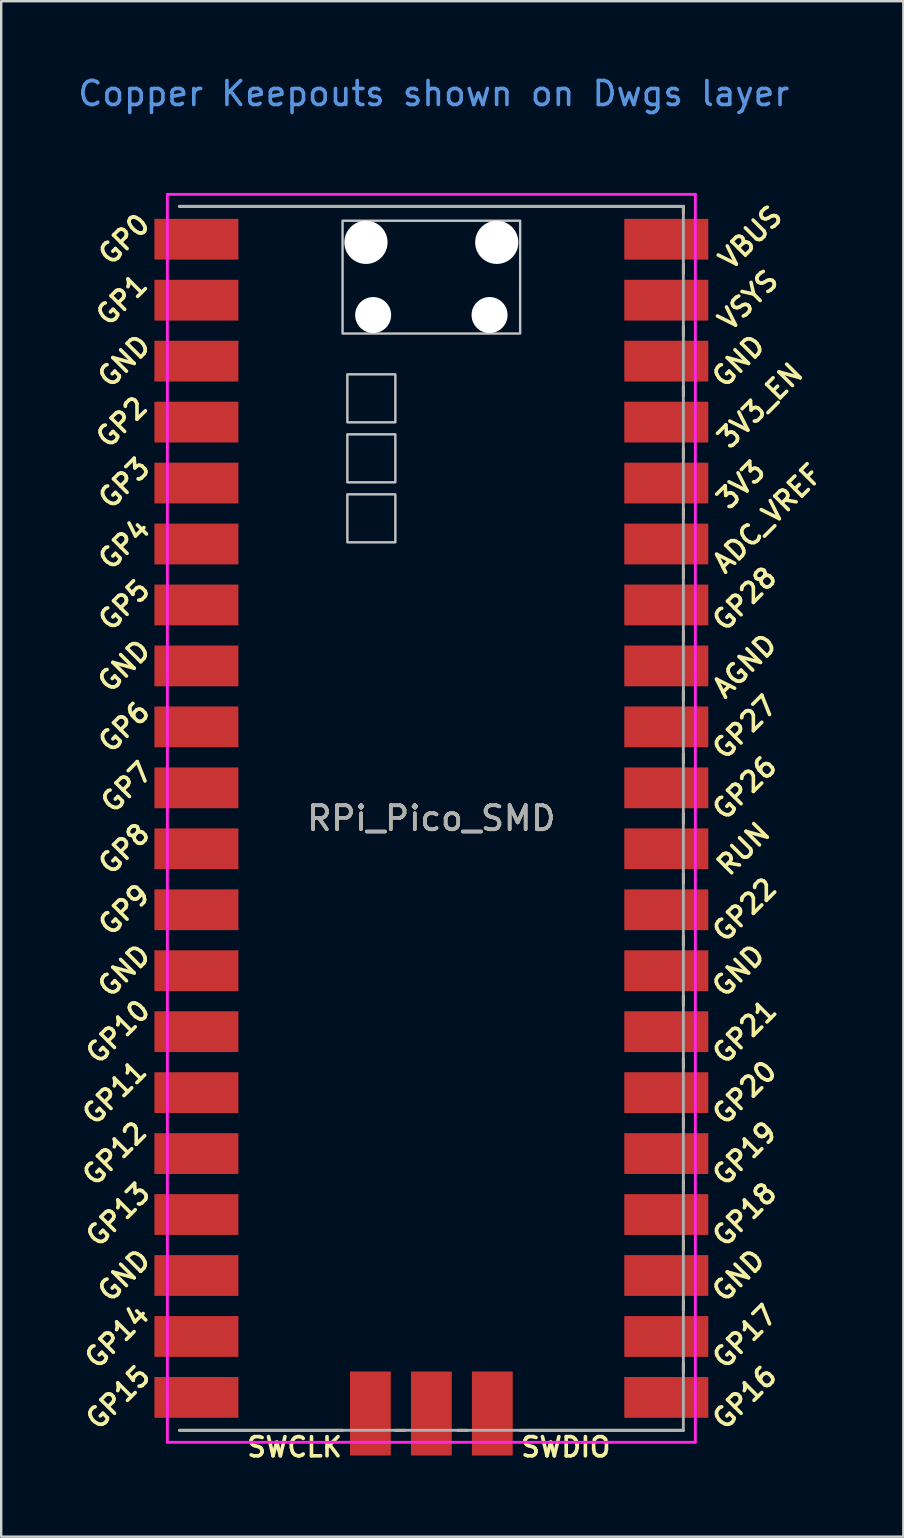
<source format=kicad_pcb>
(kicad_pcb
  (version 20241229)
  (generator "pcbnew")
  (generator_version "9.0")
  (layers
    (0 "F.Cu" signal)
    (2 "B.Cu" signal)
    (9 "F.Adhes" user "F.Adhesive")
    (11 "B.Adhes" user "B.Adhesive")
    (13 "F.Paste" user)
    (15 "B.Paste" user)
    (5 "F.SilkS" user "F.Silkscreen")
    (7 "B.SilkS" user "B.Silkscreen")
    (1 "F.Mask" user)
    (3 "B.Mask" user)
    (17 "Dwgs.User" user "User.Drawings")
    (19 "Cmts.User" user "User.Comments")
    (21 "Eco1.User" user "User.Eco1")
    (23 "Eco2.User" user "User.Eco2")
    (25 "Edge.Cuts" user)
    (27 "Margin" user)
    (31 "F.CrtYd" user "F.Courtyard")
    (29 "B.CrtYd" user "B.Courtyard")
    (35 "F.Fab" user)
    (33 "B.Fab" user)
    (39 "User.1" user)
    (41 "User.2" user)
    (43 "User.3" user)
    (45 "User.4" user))
  (footprint "RPi_Pico_SMD"
    (layer "F.Cu")
    (at 14.924 31.048)
    (property "Reference" "RPi_Pico_SMD" (at 0 0 0) (layer "F.SilkS") (effects (font (size 1 1) (thickness 0.15))))
    (attr through_hole)
    (fp_line (start -10.5 -25.5) (end 10.5 -25.5) (stroke (width 0.12) (type solid)) (layer "F.SilkS"))
    (fp_line (start -3.7 25.5) (end -10.5 25.5) (stroke (width 0.12) (type solid)) (layer "F.SilkS"))
    (fp_line (start -1.5 25.5) (end -1.1 25.5) (stroke (width 0.12) (type solid)) (layer "F.SilkS"))
    (fp_line (start 1.1 25.5) (end 1.5 25.5) (stroke (width 0.12) (type solid)) (layer "F.SilkS"))
    (fp_line (start 10.5 -25.5) (end 10.5 -25.2) (stroke (width 0.12) (type solid)) (layer "F.SilkS"))
    (fp_line (start 10.5 -23.1) (end 10.5 -22.7) (stroke (width 0.12) (type solid)) (layer "F.SilkS"))
    (fp_line (start 10.5 -20.5) (end 10.5 -20.1) (stroke (width 0.12) (type solid)) (layer "F.SilkS"))
    (fp_line (start 10.5 -18) (end 10.5 -17.6) (stroke (width 0.12) (type solid)) (layer "F.SilkS"))
    (fp_line (start 10.5 -15.4) (end 10.5 -15) (stroke (width 0.12) (type solid)) (layer "F.SilkS"))
    (fp_line (start 10.5 -12.9) (end 10.5 -12.5) (stroke (width 0.12) (type solid)) (layer "F.SilkS"))
    (fp_line (start 10.5 -10.4) (end 10.5 -10) (stroke (width 0.12) (type solid)) (layer "F.SilkS"))
    (fp_line (start 10.5 -7.8) (end 10.5 -7.4) (stroke (width 0.12) (type solid)) (layer "F.SilkS"))
    (fp_line (start 10.5 -5.3) (end 10.5 -4.9) (stroke (width 0.12) (type solid)) (layer "F.SilkS"))
    (fp_line (start 10.5 -2.7) (end 10.5 -2.3) (stroke (width 0.12) (type solid)) (layer "F.SilkS"))
    (fp_line (start 10.5 -0.2) (end 10.5 0.2) (stroke (width 0.12) (type solid)) (layer "F.SilkS"))
    (fp_line (start 10.5 2.3) (end 10.5 2.7) (stroke (width 0.12) (type solid)) (layer "F.SilkS"))
    (fp_line (start 10.5 4.9) (end 10.5 5.3) (stroke (width 0.12) (type solid)) (layer "F.SilkS"))
    (fp_line (start 10.5 7.4) (end 10.5 7.8) (stroke (width 0.12) (type solid)) (layer "F.SilkS"))
    (fp_line (start 10.5 10) (end 10.5 10.4) (stroke (width 0.12) (type solid)) (layer "F.SilkS"))
    (fp_line (start 10.5 12.5) (end 10.5 12.9) (stroke (width 0.12) (type solid)) (layer "F.SilkS"))
    (fp_line (start 10.5 15.1) (end 10.5 15.5) (stroke (width 0.12) (type solid)) (layer "F.SilkS"))
    (fp_line (start 10.5 17.6) (end 10.5 18) (stroke (width 0.12) (type solid)) (layer "F.SilkS"))
    (fp_line (start 10.5 20.1) (end 10.5 20.5) (stroke (width 0.12) (type solid)) (layer "F.SilkS"))
    (fp_line (start 10.5 22.7) (end 10.5 23.1) (stroke (width 0.12) (type solid)) (layer "F.SilkS"))
    (fp_line (start 10.5 25.5) (end 3.7 25.5) (stroke (width 0.12) (type solid)) (layer "F.SilkS"))
    (fp_poly (pts (xy -1.5 -16.5) (xy -3.5 -16.5) (xy -3.5 -18.5) (xy -1.5 -18.5)) (stroke (width 0.1) (type solid)) (fill no) (layer "Dwgs.User"))
    (fp_poly (pts (xy -1.5 -14) (xy -3.5 -14) (xy -3.5 -16) (xy -1.5 -16)) (stroke (width 0.1) (type solid)) (fill no) (layer "Dwgs.User"))
    (fp_poly (pts (xy -1.5 -11.5) (xy -3.5 -11.5) (xy -3.5 -13.5) (xy -1.5 -13.5)) (stroke (width 0.1) (type solid)) (fill no) (layer "Dwgs.User"))
    (fp_poly (pts (xy 3.7 -20.2) (xy -3.7 -20.2) (xy -3.7 -24.9) (xy 3.7 -24.9)) (stroke (width 0.1) (type solid)) (fill no) (layer "Dwgs.User"))
    (fp_line (start -11 -26) (end 11 -26) (stroke (width 0.12) (type solid)) (layer "F.CrtYd"))
    (fp_line (start -11 26) (end -11 -26) (stroke (width 0.12) (type solid)) (layer "F.CrtYd"))
    (fp_line (start 11 -26) (end 11 26) (stroke (width 0.12) (type solid)) (layer "F.CrtYd"))
    (fp_line (start 11 26) (end -11 26) (stroke (width 0.12) (type solid)) (layer "F.CrtYd"))
    (fp_line (start -10.5 -25.5) (end 10.5 -25.5) (stroke (width 0.12) (type solid)) (layer "F.Fab"))
    (fp_line (start 10.5 -25.5) (end 10.5 25.5) (stroke (width 0.12) (type solid)) (layer "F.Fab"))
    (fp_line (start 10.5 25.5) (end -10.5 25.5) (stroke (width 0.12) (type solid)) (layer "F.Fab"))
    (fp_text user "ADC_VREF" (at 14 -12.5 45) (layer "F.SilkS") (effects (font (size 0.8 0.8) (thickness 0.15))))
    (fp_text user "3V3" (at 12.9 -13.9 45) (layer "F.SilkS") (effects (font (size 0.8 0.8) (thickness 0.15))))
    (fp_text user "GP21" (at 13.054 8.9 45) (layer "F.SilkS") (effects (font (size 0.8 0.8) (thickness 0.15))))
    (fp_text user "VBUS" (at 13.3 -24.2 45) (layer "F.SilkS") (effects (font (size 0.8 0.8) (thickness 0.15))))
    (fp_text user "RUN" (at 13 1.27 45) (layer "F.SilkS") (effects (font (size 0.8 0.8) (thickness 0.15))))
    (fp_text user "GND" (at -12.8 -19.05 45) (layer "F.SilkS") (effects (font (size 0.8 0.8) (thickness 0.15))))
    (fp_text user "AGND" (at 13.054 -6.35 45) (layer "F.SilkS") (effects (font (size 0.8 0.8) (thickness 0.15))))
    (fp_text user "GP13" (at -13.054 16.51 45) (layer "F.SilkS") (effects (font (size 0.8 0.8) (thickness 0.15))))
    (fp_text user "GP4" (at -12.8 -11.43 45) (layer "F.SilkS") (effects (font (size 0.8 0.8) (thickness 0.15))))
    (fp_text user "GND" (at -12.8 6.35 45) (layer "F.SilkS") (effects (font (size 0.8 0.8) (thickness 0.15))))
    (fp_text user "GP5" (at -12.8 -8.89 45) (layer "F.SilkS") (effects (font (size 0.8 0.8) (thickness 0.15))))
    (fp_text user "GP16" (at 13.054 24.13 45) (layer "F.SilkS") (effects (font (size 0.8 0.8) (thickness 0.15))))
    (fp_text user "GP1" (at -12.9 -21.6 45) (layer "F.SilkS") (effects (font (size 0.8 0.8) (thickness 0.15))))
    (fp_text user "SWCLK" (at -5.7 26.2 0) (layer "F.SilkS") (effects (font (size 0.8 0.8) (thickness 0.15))))
    (fp_text user "GP8" (at -12.8 1.27 45) (layer "F.SilkS") (effects (font (size 0.8 0.8) (thickness 0.15))))
    (fp_text user "GP26" (at 13.054 -1.27 45) (layer "F.SilkS") (effects (font (size 0.8 0.8) (thickness 0.15))))
    (fp_text user "GP12" (at -13.2 13.97 45) (layer "F.SilkS") (effects (font (size 0.8 0.8) (thickness 0.15))))
    (fp_text user "VSYS" (at 13.2 -21.59 45) (layer "F.SilkS") (effects (font (size 0.8 0.8) (thickness 0.15))))
    (fp_text user "GP15" (at -13.054 24.13 45) (layer "F.SilkS") (effects (font (size 0.8 0.8) (thickness 0.15))))
    (fp_text user "GND" (at -12.8 19.05 45) (layer "F.SilkS") (effects (font (size 0.8 0.8) (thickness 0.15))))
    (fp_text user "GND" (at 12.8 6.35 45) (layer "F.SilkS") (effects (font (size 0.8 0.8) (thickness 0.15))))
    (fp_text user "GP6" (at -12.8 -3.81 45) (layer "F.SilkS") (effects (font (size 0.8 0.8) (thickness 0.15))))
    (fp_text user "GND" (at 12.8 -19.05 45) (layer "F.SilkS") (effects (font (size 0.8 0.8) (thickness 0.15))))
    (fp_text user "GP0" (at -12.8 -24.13 45) (layer "F.SilkS") (effects (font (size 0.8 0.8) (thickness 0.15))))
    (fp_text user "GP3" (at -12.8 -13.97 45) (layer "F.SilkS") (effects (font (size 0.8 0.8) (thickness 0.15))))
    (fp_text user "GP14" (at -13.1 21.59 45) (layer "F.SilkS") (effects (font (size 0.8 0.8) (thickness 0.15))))
    (fp_text user "GND" (at 12.8 19.05 45) (layer "F.SilkS") (effects (font (size 0.8 0.8) (thickness 0.15))))
    (fp_text user "GP22" (at 13.054 3.81 45) (layer "F.SilkS") (effects (font (size 0.8 0.8) (thickness 0.15))))
    (fp_text user "GP10" (at -13.054 8.89 45) (layer "F.SilkS") (effects (font (size 0.8 0.8) (thickness 0.15))))
    (fp_text user "3V3_EN" (at 13.7 -17.2 45) (layer "F.SilkS") (effects (font (size 0.8 0.8) (thickness 0.15))))
    (fp_text user "GND" (at -12.8 -6.35 45) (layer "F.SilkS") (effects (font (size 0.8 0.8) (thickness 0.15))))
    (fp_text user "GP19" (at 13.054 13.97 45) (layer "F.SilkS") (effects (font (size 0.8 0.8) (thickness 0.15))))
    (fp_text user "GP11" (at -13.2 11.43 45) (layer "F.SilkS") (effects (font (size 0.8 0.8) (thickness 0.15))))
    (fp_text user "GP2" (at -12.9 -16.51 45) (layer "F.SilkS") (effects (font (size 0.8 0.8) (thickness 0.15))))
    (fp_text user "GP18" (at 13.054 16.51 45) (layer "F.SilkS") (effects (font (size 0.8 0.8) (thickness 0.15))))
    (fp_text user "GP28" (at 13.054 -9.144 45) (layer "F.SilkS") (effects (font (size 0.8 0.8) (thickness 0.15))))
    (fp_text user "GP20" (at 13.054 11.43 45) (layer "F.SilkS") (effects (font (size 0.8 0.8) (thickness 0.15))))
    (fp_text user "GP9" (at -12.8 3.81 45) (layer "F.SilkS") (effects (font (size 0.8 0.8) (thickness 0.15))))
    (fp_text user "GP27" (at 13.054 -3.8 45) (layer "F.SilkS") (effects (font (size 0.8 0.8) (thickness 0.15))))
    (fp_text user "GP7" (at -12.7 -1.3 45) (layer "F.SilkS") (effects (font (size 0.8 0.8) (thickness 0.15))))
    (fp_text user "GP17" (at 13.054 21.59 45) (layer "F.SilkS") (effects (font (size 0.8 0.8) (thickness 0.15))))
    (fp_text user "SWDIO" (at 5.6 26.2 0) (layer "F.SilkS") (effects (font (size 0.8 0.8) (thickness 0.15))))
    (fp_text user "Copper Keepouts shown on Dwgs layer" (at 0.1 -30.2 0) (layer "Cmts.User") (effects (font (size 1 1) (thickness 0.15))))
    (fp_text user "${REFERENCE}" (at 0 0 180) (layer "F.Fab") (effects (font (size 1 1) (thickness 0.15))))
    (pad "" np_thru_hole oval (at -2.725 -24) (size 1.8 1.8) (drill 1.8) (layers "*.Cu" "*.Mask"))
    (pad "" np_thru_hole oval (at -2.425 -20.97) (size 1.5 1.5) (drill 1.5) (layers "*.Cu" "*.Mask"))
    (pad "" np_thru_hole oval (at 2.425 -20.97) (size 1.5 1.5) (drill 1.5) (layers "*.Cu" "*.Mask"))
    (pad "" np_thru_hole oval (at 2.725 -24) (size 1.8 1.8) (drill 1.8) (layers "*.Cu" "*.Mask"))
    (pad "1" smd rect (at -8.89 -24.13) (size 3.5 1.7) (drill (offset -0.9 0)) (layers "F.Cu" "F.Mask"))
    (pad "2" smd rect (at -8.89 -21.59) (size 3.5 1.7) (drill (offset -0.9 0)) (layers "F.Cu" "F.Mask"))
    (pad "3" smd rect (at -8.89 -19.05) (size 3.5 1.7) (drill (offset -0.9 0)) (layers "F.Cu" "F.Mask"))
    (pad "4" smd rect (at -8.89 -16.51) (size 3.5 1.7) (drill (offset -0.9 0)) (layers "F.Cu" "F.Mask"))
    (pad "5" smd rect (at -8.89 -13.97) (size 3.5 1.7) (drill (offset -0.9 0)) (layers "F.Cu" "F.Mask"))
    (pad "6" smd rect (at -8.89 -11.43) (size 3.5 1.7) (drill (offset -0.9 0)) (layers "F.Cu" "F.Mask"))
    (pad "7" smd rect (at -8.89 -8.89) (size 3.5 1.7) (drill (offset -0.9 0)) (layers "F.Cu" "F.Mask"))
    (pad "8" smd rect (at -8.89 -6.35) (size 3.5 1.7) (drill (offset -0.9 0)) (layers "F.Cu" "F.Mask"))
    (pad "9" smd rect (at -8.89 -3.81) (size 3.5 1.7) (drill (offset -0.9 0)) (layers "F.Cu" "F.Mask"))
    (pad "10" smd rect (at -8.89 -1.27) (size 3.5 1.7) (drill (offset -0.9 0)) (layers "F.Cu" "F.Mask"))
    (pad "11" smd rect (at -8.89 1.27) (size 3.5 1.7) (drill (offset -0.9 0)) (layers "F.Cu" "F.Mask"))
    (pad "12" smd rect (at -8.89 3.81) (size 3.5 1.7) (drill (offset -0.9 0)) (layers "F.Cu" "F.Mask"))
    (pad "13" smd rect (at -8.89 6.35) (size 3.5 1.7) (drill (offset -0.9 0)) (layers "F.Cu" "F.Mask"))
    (pad "14" smd rect (at -8.89 8.89) (size 3.5 1.7) (drill (offset -0.9 0)) (layers "F.Cu" "F.Mask"))
    (pad "15" smd rect (at -8.89 11.43) (size 3.5 1.7) (drill (offset -0.9 0)) (layers "F.Cu" "F.Mask"))
    (pad "16" smd rect (at -8.89 13.97) (size 3.5 1.7) (drill (offset -0.9 0)) (layers "F.Cu" "F.Mask"))
    (pad "17" smd rect (at -8.89 16.51) (size 3.5 1.7) (drill (offset -0.9 0)) (layers "F.Cu" "F.Mask"))
    (pad "18" smd rect (at -8.89 19.05) (size 3.5 1.7) (drill (offset -0.9 0)) (layers "F.Cu" "F.Mask"))
    (pad "19" smd rect (at -8.89 21.59) (size 3.5 1.7) (drill (offset -0.9 0)) (layers "F.Cu" "F.Mask"))
    (pad "20" smd rect (at -8.89 24.13) (size 3.5 1.7) (drill (offset -0.9 0)) (layers "F.Cu" "F.Mask"))
    (pad "21" smd rect (at 8.89 24.13) (size 3.5 1.7) (drill (offset 0.9 0)) (layers "F.Cu" "F.Mask"))
    (pad "22" smd rect (at 8.89 21.59) (size 3.5 1.7) (drill (offset 0.9 0)) (layers "F.Cu" "F.Mask"))
    (pad "23" smd rect (at 8.89 19.05) (size 3.5 1.7) (drill (offset 0.9 0)) (layers "F.Cu" "F.Mask"))
    (pad "24" smd rect (at 8.89 16.51) (size 3.5 1.7) (drill (offset 0.9 0)) (layers "F.Cu" "F.Mask"))
    (pad "25" smd rect (at 8.89 13.97) (size 3.5 1.7) (drill (offset 0.9 0)) (layers "F.Cu" "F.Mask"))
    (pad "26" smd rect (at 8.89 11.43) (size 3.5 1.7) (drill (offset 0.9 0)) (layers "F.Cu" "F.Mask"))
    (pad "27" smd rect (at 8.89 8.89) (size 3.5 1.7) (drill (offset 0.9 0)) (layers "F.Cu" "F.Mask"))
    (pad "28" smd rect (at 8.89 6.35) (size 3.5 1.7) (drill (offset 0.9 0)) (layers "F.Cu" "F.Mask"))
    (pad "29" smd rect (at 8.89 3.81) (size 3.5 1.7) (drill (offset 0.9 0)) (layers "F.Cu" "F.Mask"))
    (pad "30" smd rect (at 8.89 1.27) (size 3.5 1.7) (drill (offset 0.9 0)) (layers "F.Cu" "F.Mask"))
    (pad "31" smd rect (at 8.89 -1.27) (size 3.5 1.7) (drill (offset 0.9 0)) (layers "F.Cu" "F.Mask"))
    (pad "32" smd rect (at 8.89 -3.81) (size 3.5 1.7) (drill (offset 0.9 0)) (layers "F.Cu" "F.Mask"))
    (pad "33" smd rect (at 8.89 -6.35) (size 3.5 1.7) (drill (offset 0.9 0)) (layers "F.Cu" "F.Mask"))
    (pad "34" smd rect (at 8.89 -8.89) (size 3.5 1.7) (drill (offset 0.9 0)) (layers "F.Cu" "F.Mask"))
    (pad "35" smd rect (at 8.89 -11.43) (size 3.5 1.7) (drill (offset 0.9 0)) (layers "F.Cu" "F.Mask"))
    (pad "36" smd rect (at 8.89 -13.97) (size 3.5 1.7) (drill (offset 0.9 0)) (layers "F.Cu" "F.Mask"))
    (pad "37" smd rect (at 8.89 -16.51) (size 3.5 1.7) (drill (offset 0.9 0)) (layers "F.Cu" "F.Mask"))
    (pad "38" smd rect (at 8.89 -19.05) (size 3.5 1.7) (drill (offset 0.9 0)) (layers "F.Cu" "F.Mask"))
    (pad "39" smd rect (at 8.89 -21.59) (size 3.5 1.7) (drill (offset 0.9 0)) (layers "F.Cu" "F.Mask"))
    (pad "40" smd rect (at 8.89 -24.13) (size 3.5 1.7) (drill (offset 0.9 0)) (layers "F.Cu" "F.Mask"))
    (pad "41" smd rect (at -2.54 23.9 90) (size 3.5 1.7) (drill (offset -0.9 0)) (layers "F.Cu" "F.Mask"))
    (pad "42" smd rect (at 0 23.9 90) (size 3.5 1.7) (drill (offset -0.9 0)) (layers "F.Cu" "F.Mask"))
    (pad "43" smd rect (at 2.54 23.9 90) (size 3.5 1.7) (drill (offset -0.9 0)) (layers "F.Cu" "F.Mask")))
  (gr_rect
    (start -3 -3)
    (end 34.591 60.98)
    (stroke (width 0.1) (type default))
    (fill no)
    (layer "Edge.Cuts")))
</source>
